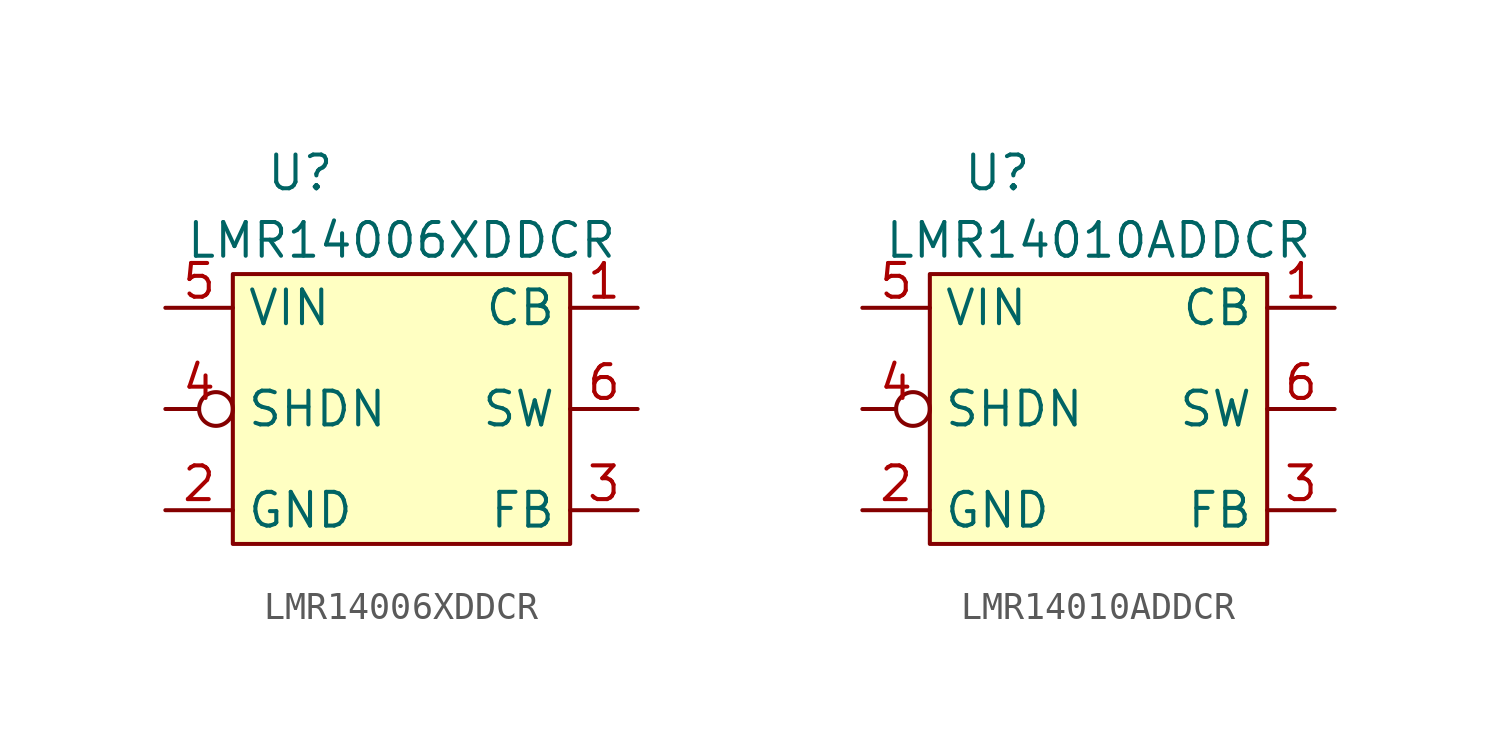
<source format=kicad_sym>
(kicad_symbol_lib
  (version 20231120)
  (generator "kicad_symbol_editor")
  (generator_version "8.0")
  (symbol "LMR14006XDDCR"
    (property "Reference" "U"
      (at -3.81 8.89 0)
      (effects (font (size 1.27 1.27))))
    (property "Value" "LMR14006XDDCR"
      (at 0 6.35 0)
      (effects (font (size 1.27 1.27))))
    (symbol "LMR14006XDDCR_0_1"
      (rectangle (start -6.35 5.08) (end 6.35 -5.08) (stroke (width 0) (type default)) (fill (type background))))
    (symbol "LMR14006XDDCR_1_1"
      (pin passive line (at 8.89 3.81 180) (length 2.54) (name "CB" (effects (font (size 1.27 1.27)))) (number "1" (effects (font (size 1.27 1.27)))))
      (pin power_in line (at -8.89 -3.81 0) (length 2.54) (name "GND" (effects (font (size 1.27 1.27)))) (number "2" (effects (font (size 1.27 1.27)))))
      (pin passive line (at 8.89 -3.81 180) (length 2.54) (name "FB" (effects (font (size 1.27 1.27)))) (number "3" (effects (font (size 1.27 1.27)))))
      (pin input inverted (at -8.89 0 0) (length 2.54) (name "SHDN" (effects (font (size 1.27 1.27)))) (number "4" (effects (font (size 1.27 1.27)))))
      (pin power_in line (at -8.89 3.81 0) (length 2.54) (name "VIN" (effects (font (size 1.27 1.27)))) (number "5" (effects (font (size 1.27 1.27)))))
      (pin passive line (at 8.89 0 180) (length 2.54) (name "SW" (effects (font (size 1.27 1.27)))) (number "6" (effects (font (size 1.27 1.27)))))))
  (symbol "LMR14010ADDCR"
    (property "Reference" "U"
      (at -3.81 8.89 0)
      (effects (font (size 1.27 1.27))))
    (property "Value" "LMR14010ADDCR"
      (at 0 6.35 0)
      (effects (font (size 1.27 1.27))))
    (symbol "LMR14010ADDCR_0_1"
      (rectangle (start -6.35 5.08) (end 6.35 -5.08) (stroke (width 0) (type default)) (fill (type background))))
    (symbol "LMR14010ADDCR_1_1"
      (pin passive line (at 8.89 3.81 180) (length 2.54) (name "CB" (effects (font (size 1.27 1.27)))) (number "1" (effects (font (size 1.27 1.27)))))
      (pin power_in line (at -8.89 -3.81 0) (length 2.54) (name "GND" (effects (font (size 1.27 1.27)))) (number "2" (effects (font (size 1.27 1.27)))))
      (pin passive line (at 8.89 -3.81 180) (length 2.54) (name "FB" (effects (font (size 1.27 1.27)))) (number "3" (effects (font (size 1.27 1.27)))))
      (pin input inverted (at -8.89 0 0) (length 2.54) (name "SHDN" (effects (font (size 1.27 1.27)))) (number "4" (effects (font (size 1.27 1.27)))))
      (pin power_in line (at -8.89 3.81 0) (length 2.54) (name "VIN" (effects (font (size 1.27 1.27)))) (number "5" (effects (font (size 1.27 1.27)))))
      (pin passive line (at 8.89 0 180) (length 2.54) (name "SW" (effects (font (size 1.27 1.27)))) (number "6" (effects (font (size 1.27 1.27))))))))
</source>
